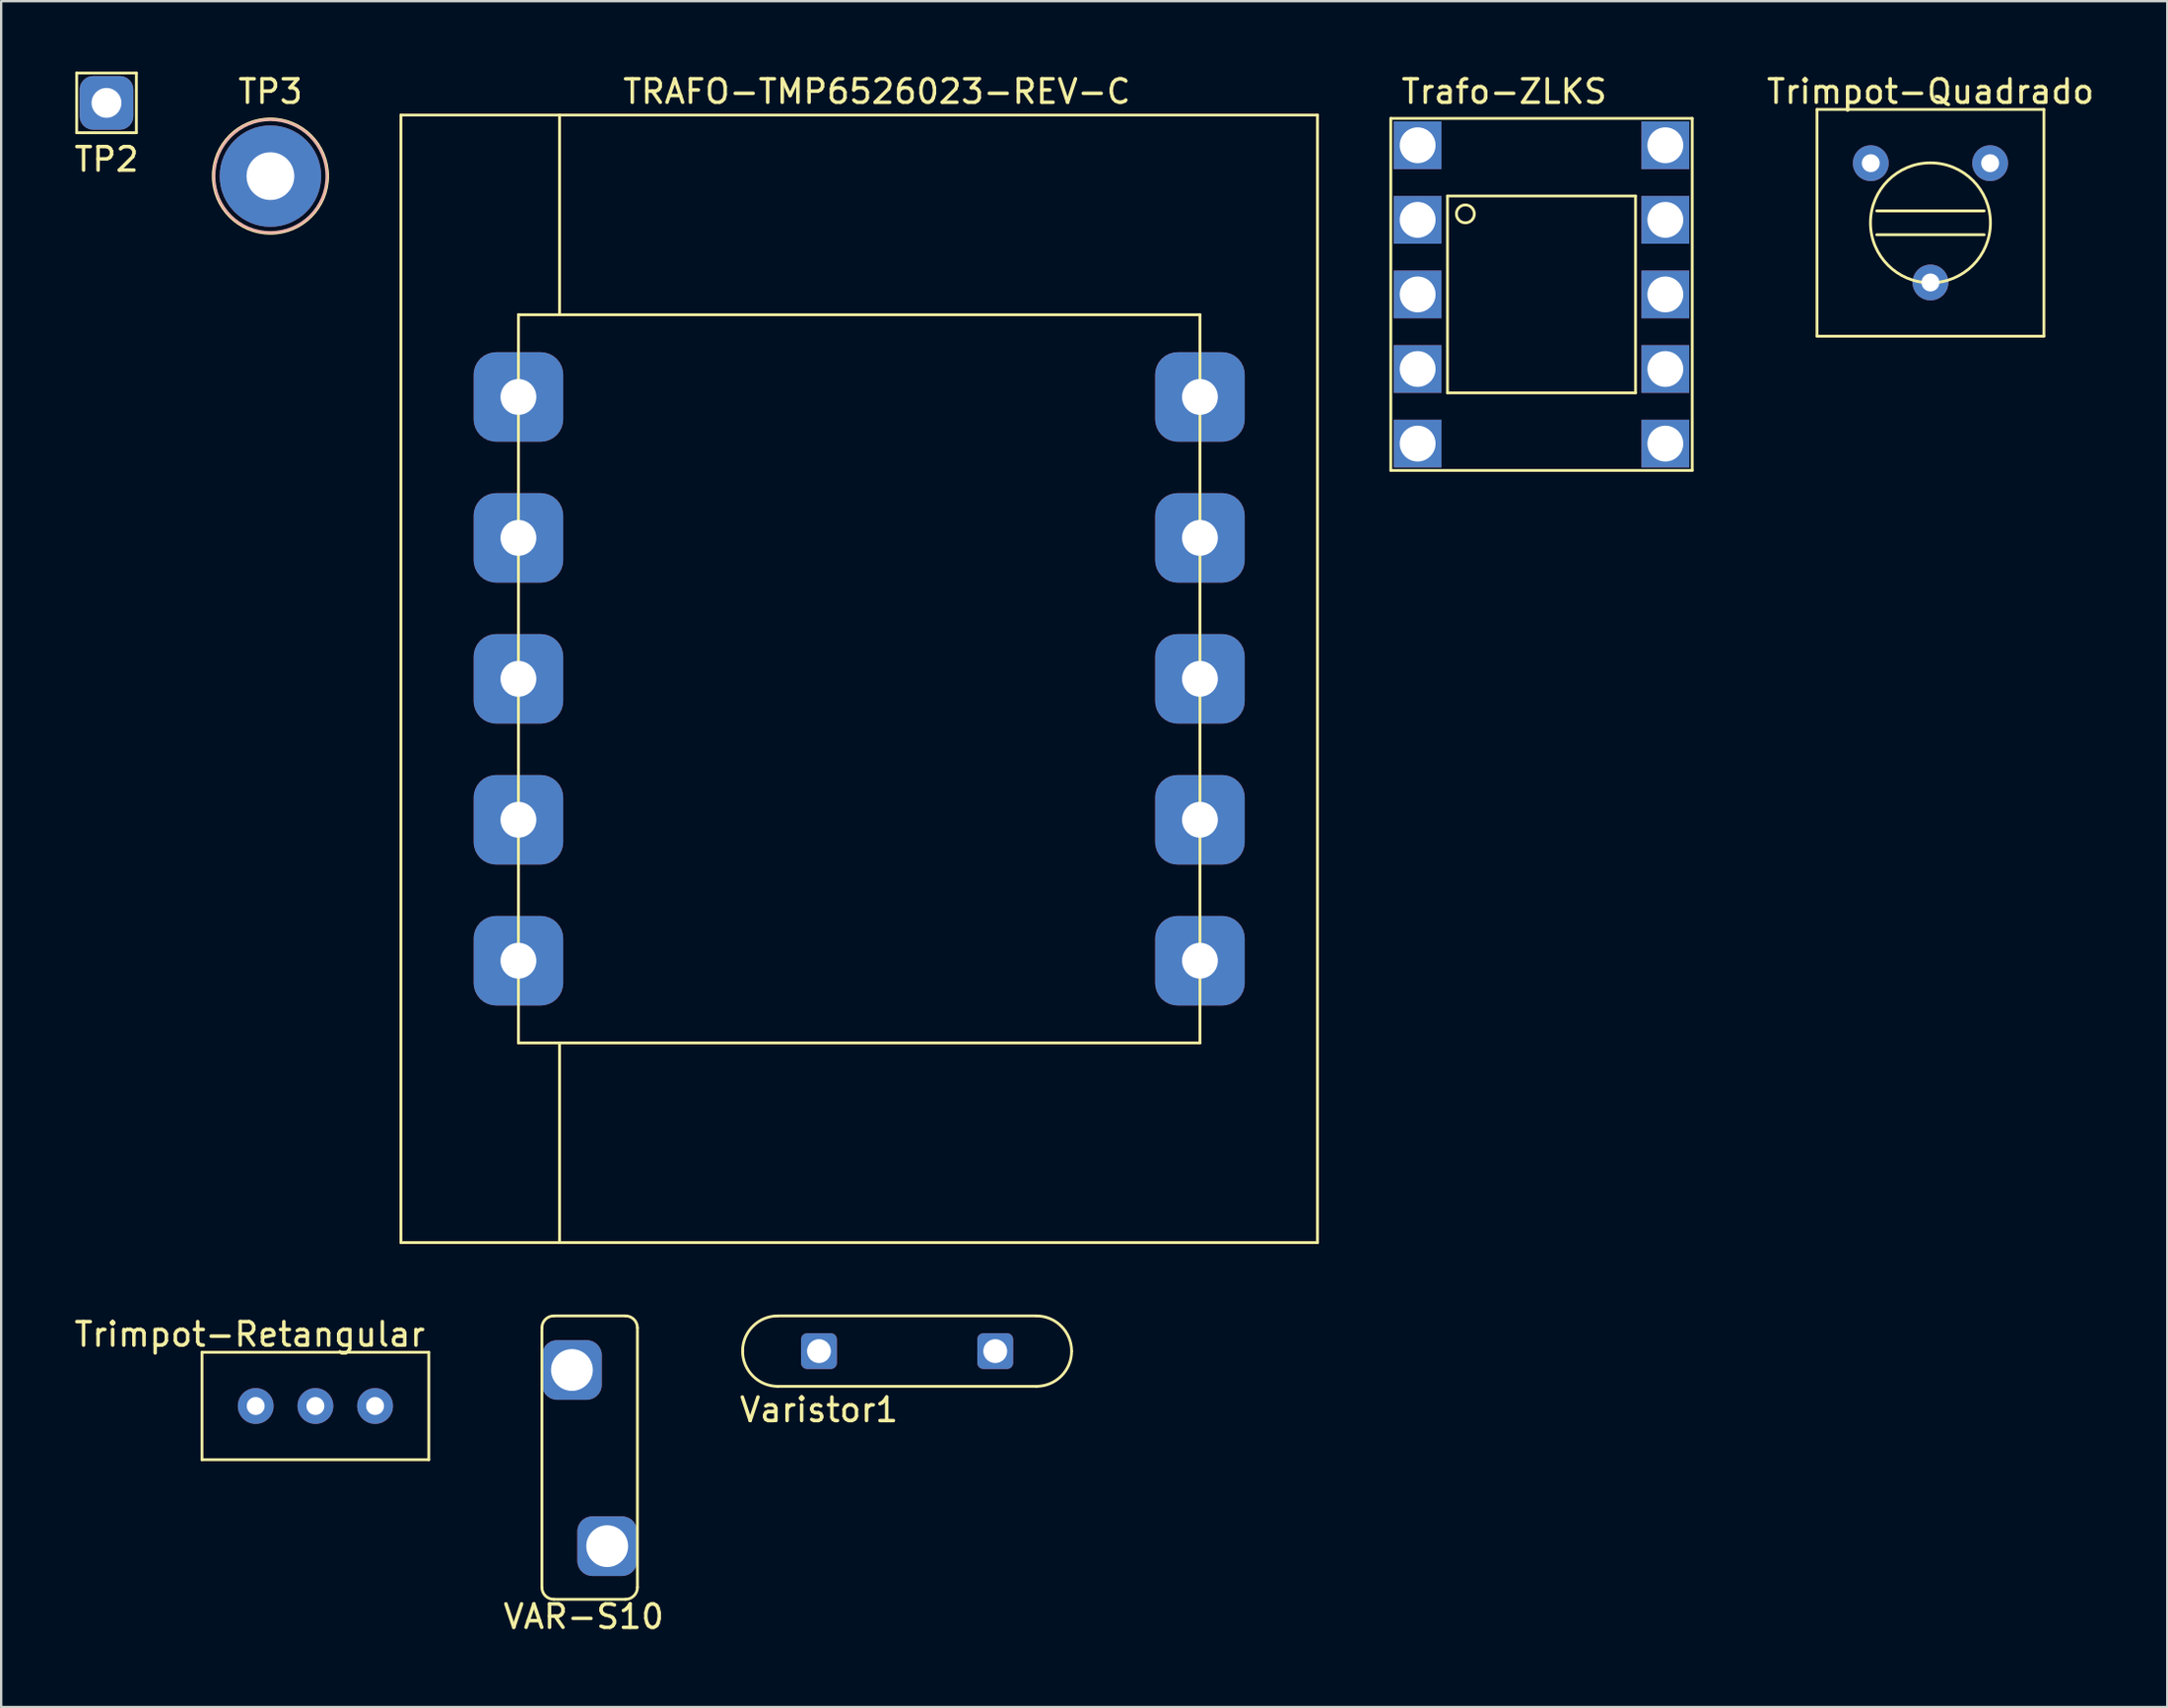
<source format=kicad_pcb>
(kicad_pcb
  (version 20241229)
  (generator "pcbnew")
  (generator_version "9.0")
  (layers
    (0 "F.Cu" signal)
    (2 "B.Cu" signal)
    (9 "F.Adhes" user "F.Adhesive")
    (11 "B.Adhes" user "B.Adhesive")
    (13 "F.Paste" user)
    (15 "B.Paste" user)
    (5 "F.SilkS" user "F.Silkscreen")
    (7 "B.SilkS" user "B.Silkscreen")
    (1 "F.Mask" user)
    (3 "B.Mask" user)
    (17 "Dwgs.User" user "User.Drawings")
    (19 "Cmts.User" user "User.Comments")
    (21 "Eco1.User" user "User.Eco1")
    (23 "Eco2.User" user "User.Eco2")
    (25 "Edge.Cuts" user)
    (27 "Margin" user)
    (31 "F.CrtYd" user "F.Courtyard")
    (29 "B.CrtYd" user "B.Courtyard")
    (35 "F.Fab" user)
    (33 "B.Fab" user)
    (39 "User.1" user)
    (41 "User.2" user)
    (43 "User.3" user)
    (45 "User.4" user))
  (footprint "TP2"
    (layer "F.Cu")
    (at 1.482 3.235)
    (property "Reference" "TP2" (at 0 0.5 0) (layer "F.SilkS") (effects (font (size 1 1) (thickness 0.15))))
    (attr through_hole)
    (fp_line (start -1.27 -3.175) (end 1.27 -3.175) (stroke (width 0.12) (type solid)) (layer "F.SilkS"))
    (fp_line (start -1.27 -0.635) (end -1.27 -3.175) (stroke (width 0.12) (type solid)) (layer "F.SilkS"))
    (fp_line (start 1.27 -3.175) (end 1.27 -0.635) (stroke (width 0.12) (type solid)) (layer "F.SilkS"))
    (fp_line (start 1.27 -0.635) (end -1.27 -0.635) (stroke (width 0.12) (type solid)) (layer "F.SilkS"))
    (pad "1" thru_hole roundrect (at 0 -1.905) (size 2.286 2.286) (drill 1.27) (layers "*.Cu" "*.Mask") (roundrect_rratio 0.25)))
  (footprint "Trimpot-Quadrado"
    (layer "F.Cu")
    (at 79.095 11.516)
    (property "Reference" "Trimpot-Quadrado" (at 0 -10.668 0) (layer "F.SilkS") (effects (font (size 1 1) (thickness 0.15))))
    (attr through_hole)
    (fp_line (start -4.826 -9.906) (end -4.826 -0.254) (stroke (width 0.12) (type solid)) (layer "F.SilkS"))
    (fp_line (start -4.826 -0.254) (end 4.826 -0.254) (stroke (width 0.12) (type solid)) (layer "F.SilkS"))
    (fp_line (start -2.286 -5.588) (end 2.286 -5.588) (stroke (width 0.12) (type solid)) (layer "F.SilkS"))
    (fp_line (start -2.286 -4.572) (end 2.286 -4.572) (stroke (width 0.12) (type solid)) (layer "F.SilkS"))
    (fp_line (start 4.826 -9.906) (end -4.826 -9.906) (stroke (width 0.12) (type solid)) (layer "F.SilkS"))
    (fp_line (start 4.826 -0.254) (end 4.826 -9.906) (stroke (width 0.12) (type solid)) (layer "F.SilkS"))
    (fp_circle (center 0 -5.08) (end 2.54 -4.826) (stroke (width 0.12) (type solid)) (fill no) (layer "F.SilkS"))
    (pad "1" thru_hole circle (at -2.54 -7.62) (size 1.524 1.524) (drill 0.762) (layers "*.Cu" "*.Mask"))
    (pad "2" thru_hole circle (at 0 -2.54) (size 1.524 1.524) (drill 0.762) (layers "*.Cu" "*.Mask"))
    (pad "3" thru_hole circle (at 2.54 -7.62) (size 1.524 1.524) (drill 0.762) (layers "*.Cu" "*.Mask")))
  (footprint "TP3"
    (layer "F.Cu")
    (at 8.457 4.448)
    (property "Reference" "TP3" (at 0 -3.6 0) (layer "F.SilkS") (effects (font (size 1 1) (thickness 0.15))))
    (attr through_hole)
    (fp_circle (center 0 0) (end 2.4 0.4) (stroke (width 0.12) (type solid)) (fill no) (layer "F.SilkS"))
    (fp_circle (center 0 0) (end 2.4 0.1) (stroke (width 0.12) (type solid)) (fill no) (layer "B.SilkS"))
    (pad "1" thru_hole circle (at 0 0) (size 4.318 4.318) (drill 2.032) (layers "*.Cu" "*.Mask")))
  (footprint "TRAFO-TMP6526023-REV-C"
    (layer "F.Cu")
    (at 19.01 37.848)
    (property "Reference" "TRAFO-TMP6526023-REV-C" (at 15.25 -37 0) (layer "F.SilkS") (effects (font (size 1 1) (thickness 0.15))))
    (attr through_hole)
    (fp_line (start -5 -36) (end 34 -36) (stroke (width 0.12) (type solid)) (layer "F.SilkS"))
    (fp_line (start -5 12) (end -5 -36) (stroke (width 0.12) (type solid)) (layer "F.SilkS"))
    (fp_line (start -5 12) (end 34 12) (stroke (width 0.12) (type solid)) (layer "F.SilkS"))
    (fp_line (start 0 -27.5) (end 29 -27.5) (stroke (width 0.12) (type solid)) (layer "F.SilkS"))
    (fp_line (start 0 3.5) (end 0 -27.5) (stroke (width 0.12) (type solid)) (layer "F.SilkS"))
    (fp_line (start 1.75 -27.5) (end 1.75 -36) (stroke (width 0.12) (type solid)) (layer "F.SilkS"))
    (fp_line (start 1.75 3.5) (end 1.75 12) (stroke (width 0.12) (type solid)) (layer "F.SilkS"))
    (fp_line (start 29 -27.5) (end 29 3.5) (stroke (width 0.12) (type solid)) (layer "F.SilkS"))
    (fp_line (start 29 3.5) (end 0 3.5) (stroke (width 0.12) (type solid)) (layer "F.SilkS"))
    (fp_line (start 34 12) (end 34 -36) (stroke (width 0.12) (type solid)) (layer "F.SilkS"))
    (pad "1" thru_hole roundrect (at 0 0) (size 3.81 3.81) (drill 1.524) (layers "*.Cu" "*.Mask") (roundrect_rratio 0.25))
    (pad "2" thru_hole roundrect (at 0 -6) (size 3.81 3.81) (drill 1.524) (layers "*.Cu" "*.Mask") (roundrect_rratio 0.25))
    (pad "3" thru_hole roundrect (at 0 -12) (size 3.81 3.81) (drill 1.524) (layers "*.Cu" "*.Mask") (roundrect_rratio 0.25))
    (pad "4" thru_hole roundrect (at 0 -18) (size 3.81 3.81) (drill 1.524) (layers "*.Cu" "*.Mask") (roundrect_rratio 0.25))
    (pad "5" thru_hole roundrect (at 0 -24) (size 3.81 3.81) (drill 1.524) (layers "*.Cu" "*.Mask") (roundrect_rratio 0.25))
    (pad "6" thru_hole roundrect (at 29 -24) (size 3.81 3.81) (drill 1.524) (layers "*.Cu" "*.Mask") (roundrect_rratio 0.25))
    (pad "7" thru_hole roundrect (at 29 -18) (size 3.81 3.81) (drill 1.524) (layers "*.Cu" "*.Mask") (roundrect_rratio 0.25))
    (pad "8" thru_hole roundrect (at 29 -12) (size 3.81 3.81) (drill 1.524) (layers "*.Cu" "*.Mask") (roundrect_rratio 0.25))
    (pad "9" thru_hole roundrect (at 29 -6) (size 3.81 3.81) (drill 1.524) (layers "*.Cu" "*.Mask") (roundrect_rratio 0.25))
    (pad "10" thru_hole roundrect (at 29 0) (size 3.81 3.81) (drill 1.524) (layers "*.Cu" "*.Mask") (roundrect_rratio 0.25)))
  (footprint "Trimpot-Retangular"
    (layer "F.Cu")
    (at 10.371 56.804)
    (property "Reference" "Trimpot-Retangular" (at -2.794 -3.048 0) (layer "F.SilkS") (effects (font (size 1 1) (thickness 0.15))))
    (attr through_hole)
    (fp_line (start -4.826 2.286) (end -4.826 -2.286) (stroke (width 0.12) (type solid)) (layer "F.SilkS"))
    (fp_line (start -4.826 2.286) (end 4.826 2.286) (stroke (width 0.12) (type solid)) (layer "F.SilkS"))
    (fp_line (start 4.826 -2.286) (end -4.826 -2.286) (stroke (width 0.12) (type solid)) (layer "F.SilkS"))
    (fp_line (start 4.826 2.286) (end 4.826 -2.286) (stroke (width 0.12) (type solid)) (layer "F.SilkS"))
    (pad "1" thru_hole circle (at -2.54 0) (size 1.524 1.524) (drill 0.762) (layers "*.Cu" "*.Mask"))
    (pad "2" thru_hole circle (at 0 0) (size 1.524 1.524) (drill 0.762) (layers "*.Cu" "*.Mask"))
    (pad "3" thru_hole circle (at 2.54 0) (size 1.524 1.524) (drill 0.762) (layers "*.Cu" "*.Mask")))
  (footprint "Varistor1"
    (layer "F.Cu")
    (at 31.799 56.468)
    (property "Reference" "Varistor1" (at 0 0.5 0) (layer "F.SilkS") (effects (font (size 1 1) (thickness 0.15))))
    (attr through_hole)
    (fp_line (start -1.75 -0.5) (end 9.25 -0.5) (stroke (width 0.12) (type solid)) (layer "F.SilkS"))
    (fp_line (start 9.25 -3.5) (end -1.75 -3.5) (stroke (width 0.12) (type solid)) (layer "F.SilkS"))
    (fp_arc (start -3.25 -2) (mid -2.81066 -3.06066) (end -1.75 -3.5) (stroke (width 0.12) (type solid)) (layer "F.SilkS"))
    (fp_arc (start -1.75 -0.5) (mid -2.81066 -0.93934) (end -3.25 -2) (stroke (width 0.12) (type solid)) (layer "F.SilkS"))
    (fp_arc (start 9.25 -3.5) (mid 10.31066 -3.06066) (end 10.75 -2) (stroke (width 0.12) (type solid)) (layer "F.SilkS"))
    (fp_arc (start 10.75 -2) (mid 10.31066 -0.93934) (end 9.25 -0.5) (stroke (width 0.12) (type solid)) (layer "F.SilkS"))
    (pad "1" thru_hole roundrect (at 0 -2) (size 1.524 1.524) (drill 1.016) (layers "*.Cu" "*.Mask") (roundrect_rratio 0.167))
    (pad "2" thru_hole roundrect (at 7.5 -2) (size 1.524 1.524) (drill 1.016) (layers "*.Cu" "*.Mask") (roundrect_rratio 0.167)))
  (footprint "VAR-S10"
    (layer "F.Cu")
    (at 21.787 64.271)
    (property "Reference" "VAR-S10" (at 0 1.5 0) (layer "F.SilkS") (effects (font (size 1 1) (thickness 0.15))))
    (attr through_hole)
    (fp_line (start -1.778 0.254) (end -1.778 -10.795) (stroke (width 0.12) (type solid)) (layer "F.SilkS"))
    (fp_line (start -1.27 -11.303) (end 1.778 -11.303) (stroke (width 0.12) (type solid)) (layer "F.SilkS"))
    (fp_line (start 1.778 0.762) (end -1.27 0.762) (stroke (width 0.12) (type solid)) (layer "F.SilkS"))
    (fp_line (start 2.286 -10.795) (end 2.286 0.254) (stroke (width 0.12) (type solid)) (layer "F.SilkS"))
    (fp_arc (start -1.778 -10.795) (mid -1.62921 -11.15421) (end -1.27 -11.303) (stroke (width 0.12) (type solid)) (layer "F.SilkS"))
    (fp_arc (start -1.27 0.762) (mid -1.62921 0.61321) (end -1.778 0.254) (stroke (width 0.12) (type solid)) (layer "F.SilkS"))
    (fp_arc (start 1.778 -11.303) (mid 2.13721 -11.15421) (end 2.286 -10.795) (stroke (width 0.12) (type solid)) (layer "F.SilkS"))
    (fp_arc (start 2.286 0.254) (mid 2.13721 0.61321) (end 1.778 0.762) (stroke (width 0.12) (type solid)) (layer "F.SilkS"))
    (pad "1" thru_hole roundrect (at 1 -1.5) (size 2.54 2.54) (drill 1.778) (layers "*.Cu" "*.Mask") (roundrect_rratio 0.25))
    (pad "2" thru_hole roundrect (at -0.5 -9) (size 2.54 2.54) (drill 1.778) (layers "*.Cu" "*.Mask") (roundrect_rratio 0.25)))
  (footprint "Trafo-ZLKS"
    (layer "F.Cu")
    (at 60.956 19.644)
    (property "Reference" "Trafo-ZLKS" (at 0 -18.796 0) (layer "F.SilkS") (effects (font (size 1 1) (thickness 0.15))))
    (attr through_hole)
    (fp_line (start -4.826 -17.653) (end 8.001 -17.653) (stroke (width 0.12) (type solid)) (layer "F.SilkS"))
    (fp_line (start -4.826 -2.667) (end -4.826 -17.653) (stroke (width 0.12) (type solid)) (layer "F.SilkS"))
    (fp_line (start -2.413 -14.351) (end 5.588 -14.351) (stroke (width 0.12) (type solid)) (layer "F.SilkS"))
    (fp_line (start -2.413 -5.969) (end -2.413 -14.351) (stroke (width 0.12) (type solid)) (layer "F.SilkS"))
    (fp_line (start 5.588 -14.351) (end 5.588 -5.969) (stroke (width 0.12) (type solid)) (layer "F.SilkS"))
    (fp_line (start 5.588 -5.969) (end -2.413 -5.969) (stroke (width 0.12) (type solid)) (layer "F.SilkS"))
    (fp_line (start 8.001 -17.653) (end 8.001 -2.667) (stroke (width 0.12) (type solid)) (layer "F.SilkS"))
    (fp_line (start 8.001 -2.667) (end -4.826 -2.667) (stroke (width 0.12) (type solid)) (layer "F.SilkS"))
    (fp_circle (center -1.651 -13.589) (end -1.27 -13.589) (stroke (width 0.12) (type solid)) (fill no) (layer "F.SilkS"))
    (pad "1" thru_hole rect (at -3.683 -16.51) (size 2.032 2.032) (drill 1.524) (layers "*.Cu" "*.Mask"))
    (pad "2" thru_hole rect (at -3.683 -13.335) (size 2.032 2.032) (drill 1.524) (layers "*.Cu" "*.Mask"))
    (pad "3" thru_hole rect (at -3.683 -10.16) (size 2.032 2.032) (drill 1.524) (layers "*.Cu" "*.Mask"))
    (pad "4" thru_hole rect (at -3.683 -6.985) (size 2.032 2.032) (drill 1.524) (layers "*.Cu" "*.Mask"))
    (pad "5" thru_hole rect (at -3.683 -3.81) (size 2.032 2.032) (drill 1.524) (layers "*.Cu" "*.Mask"))
    (pad "6" thru_hole rect (at 6.858 -3.81) (size 2.032 2.032) (drill 1.524) (layers "*.Cu" "*.Mask"))
    (pad "7" thru_hole rect (at 6.858 -6.985) (size 2.032 2.032) (drill 1.524) (layers "*.Cu" "*.Mask"))
    (pad "8" thru_hole rect (at 6.858 -10.16) (size 2.032 2.032) (drill 1.524) (layers "*.Cu" "*.Mask"))
    (pad "9" thru_hole rect (at 6.858 -13.335) (size 2.032 2.032) (drill 1.524) (layers "*.Cu" "*.Mask"))
    (pad "10" thru_hole rect (at 6.858 -16.51) (size 2.032 2.032) (drill 1.524) (layers "*.Cu" "*.Mask")))
  (gr_rect
    (start -3 -3)
    (end 89.172 69.62)
    (stroke (width 0.1) (type default))
    (fill no)
    (layer "Edge.Cuts")))
</source>
